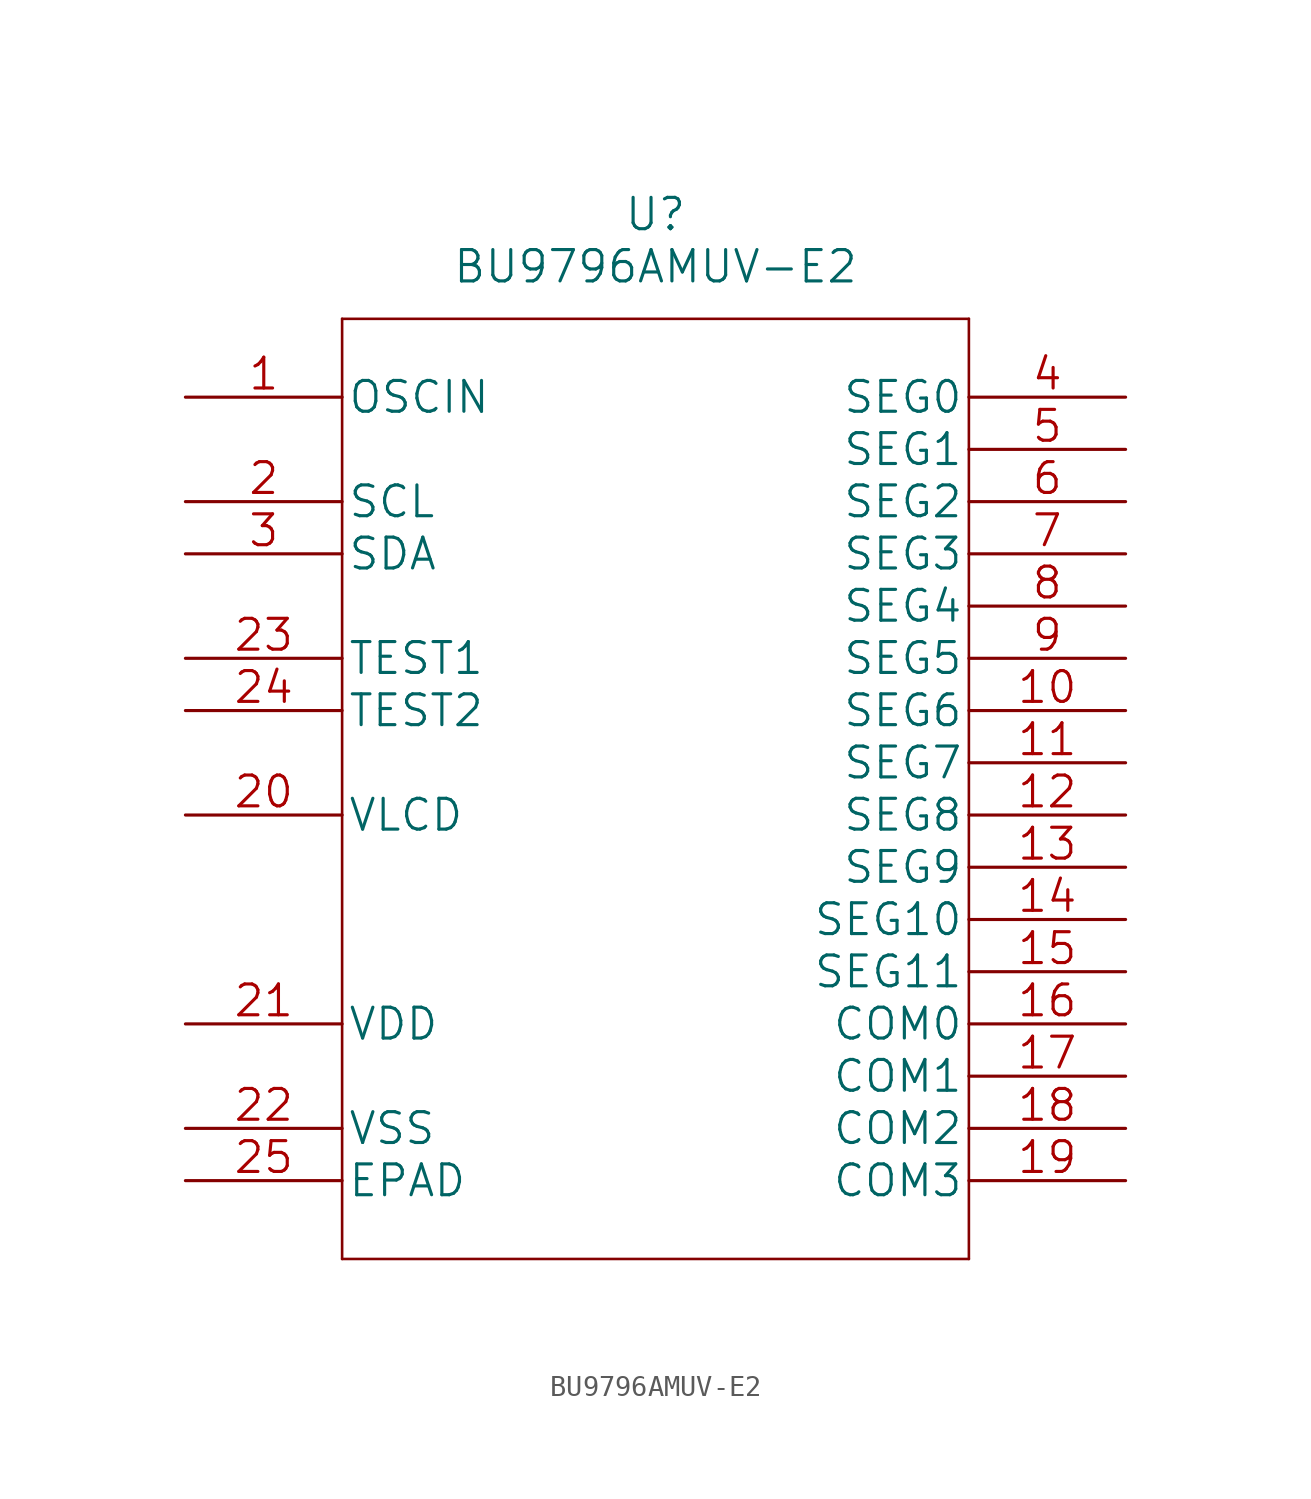
<source format=kicad_sym>
(kicad_symbol_lib
  (version 20211014)
  (generator kicad_symbol_editor)
  (symbol "BU9796AMUV-E2"
    (pin_names
      (offset 0.254))
    (property "Reference" "U"
      (at 0 27.94 0)
      (effects (font (size 1.524 1.524))))
    (property "Value" "BU9796AMUV-E2"
      (at 0 25.4 0)
      (effects (font (size 1.524 1.524))))
    (property "Datasheet" ""
      (at -22.86 19.05 0)
      (effects (font (size 1.524 1.524))))
    (property "ki_locked" ""
      (at 0 0 0)
      (effects (font (size 1.27 1.27))))
    (symbol "BU9796AMUV-E2_1_1"
      (polyline (pts (xy -15.24 -22.86) (xy 15.24 -22.86)) (stroke (width 0.127) (type default) (color 0 0 0 0)) (fill (type none)))
      (polyline (pts (xy -15.24 22.86) (xy -15.24 -22.86)) (stroke (width 0.127) (type default) (color 0 0 0 0)) (fill (type none)))
      (polyline (pts (xy 15.24 -22.86) (xy 15.24 22.86)) (stroke (width 0.127) (type default) (color 0 0 0 0)) (fill (type none)))
      (polyline (pts (xy 15.24 22.86) (xy -15.24 22.86)) (stroke (width 0.127) (type default) (color 0 0 0 0)) (fill (type none)))
      (pin input line (at -22.86 19.05 0) (length 7.62) (name "OSCIN" (effects (font (size 1.499 1.499)))) (number "1" (effects (font (size 1.499 1.499)))))
      (pin bidirectional line (at 22.86 3.81 180) (length 7.62) (name "SEG6" (effects (font (size 1.499 1.499)))) (number "10" (effects (font (size 1.499 1.499)))))
      (pin bidirectional line (at 22.86 1.27 180) (length 7.62) (name "SEG7" (effects (font (size 1.499 1.499)))) (number "11" (effects (font (size 1.499 1.499)))))
      (pin bidirectional line (at 22.86 -1.27 180) (length 7.62) (name "SEG8" (effects (font (size 1.499 1.499)))) (number "12" (effects (font (size 1.499 1.499)))))
      (pin bidirectional line (at 22.86 -3.81 180) (length 7.62) (name "SEG9" (effects (font (size 1.499 1.499)))) (number "13" (effects (font (size 1.499 1.499)))))
      (pin bidirectional line (at 22.86 -6.35 180) (length 7.62) (name "SEG10" (effects (font (size 1.499 1.499)))) (number "14" (effects (font (size 1.499 1.499)))))
      (pin bidirectional line (at 22.86 -8.89 180) (length 7.62) (name "SEG11" (effects (font (size 1.499 1.499)))) (number "15" (effects (font (size 1.499 1.499)))))
      (pin bidirectional line (at 22.86 -11.43 180) (length 7.62) (name "COM0" (effects (font (size 1.499 1.499)))) (number "16" (effects (font (size 1.499 1.499)))))
      (pin bidirectional line (at 22.86 -13.97 180) (length 7.62) (name "COM1" (effects (font (size 1.499 1.499)))) (number "17" (effects (font (size 1.499 1.499)))))
      (pin bidirectional line (at 22.86 -16.51 180) (length 7.62) (name "COM2" (effects (font (size 1.499 1.499)))) (number "18" (effects (font (size 1.499 1.499)))))
      (pin bidirectional line (at 22.86 -19.05 180) (length 7.62) (name "COM3" (effects (font (size 1.499 1.499)))) (number "19" (effects (font (size 1.499 1.499)))))
      (pin input line (at -22.86 13.97 0) (length 7.62) (name "SCL" (effects (font (size 1.499 1.499)))) (number "2" (effects (font (size 1.499 1.499)))))
      (pin input line (at -22.86 -1.27 0) (length 7.62) (name "VLCD" (effects (font (size 1.499 1.499)))) (number "20" (effects (font (size 1.499 1.499)))))
      (pin power_in line (at -22.86 -11.43 0) (length 7.62) (name "VDD" (effects (font (size 1.499 1.499)))) (number "21" (effects (font (size 1.499 1.499)))))
      (pin power_in line (at -22.86 -16.51 0) (length 7.62) (name "VSS" (effects (font (size 1.499 1.499)))) (number "22" (effects (font (size 1.499 1.499)))))
      (pin input line (at -22.86 6.35 0) (length 7.62) (name "TEST1" (effects (font (size 1.499 1.499)))) (number "23" (effects (font (size 1.499 1.499)))))
      (pin input line (at -22.86 3.81 0) (length 7.62) (name "TEST2" (effects (font (size 1.499 1.499)))) (number "24" (effects (font (size 1.499 1.499)))))
      (pin free line (at -22.86 -19.05 0) (length 7.62) (name "EPAD" (effects (font (size 1.499 1.499)))) (number "25" (effects (font (size 1.499 1.499)))))
      (pin bidirectional line (at -22.86 11.43 0) (length 7.62) (name "SDA" (effects (font (size 1.499 1.499)))) (number "3" (effects (font (size 1.499 1.499)))))
      (pin bidirectional line (at 22.86 19.05 180) (length 7.62) (name "SEG0" (effects (font (size 1.499 1.499)))) (number "4" (effects (font (size 1.499 1.499)))))
      (pin bidirectional line (at 22.86 16.51 180) (length 7.62) (name "SEG1" (effects (font (size 1.499 1.499)))) (number "5" (effects (font (size 1.499 1.499)))))
      (pin bidirectional line (at 22.86 13.97 180) (length 7.62) (name "SEG2" (effects (font (size 1.499 1.499)))) (number "6" (effects (font (size 1.499 1.499)))))
      (pin bidirectional line (at 22.86 11.43 180) (length 7.62) (name "SEG3" (effects (font (size 1.499 1.499)))) (number "7" (effects (font (size 1.499 1.499)))))
      (pin bidirectional line (at 22.86 8.89 180) (length 7.62) (name "SEG4" (effects (font (size 1.499 1.499)))) (number "8" (effects (font (size 1.499 1.499)))))
      (pin bidirectional line (at 22.86 6.35 180) (length 7.62) (name "SEG5" (effects (font (size 1.499 1.499)))) (number "9" (effects (font (size 1.499 1.499))))))))
</source>
